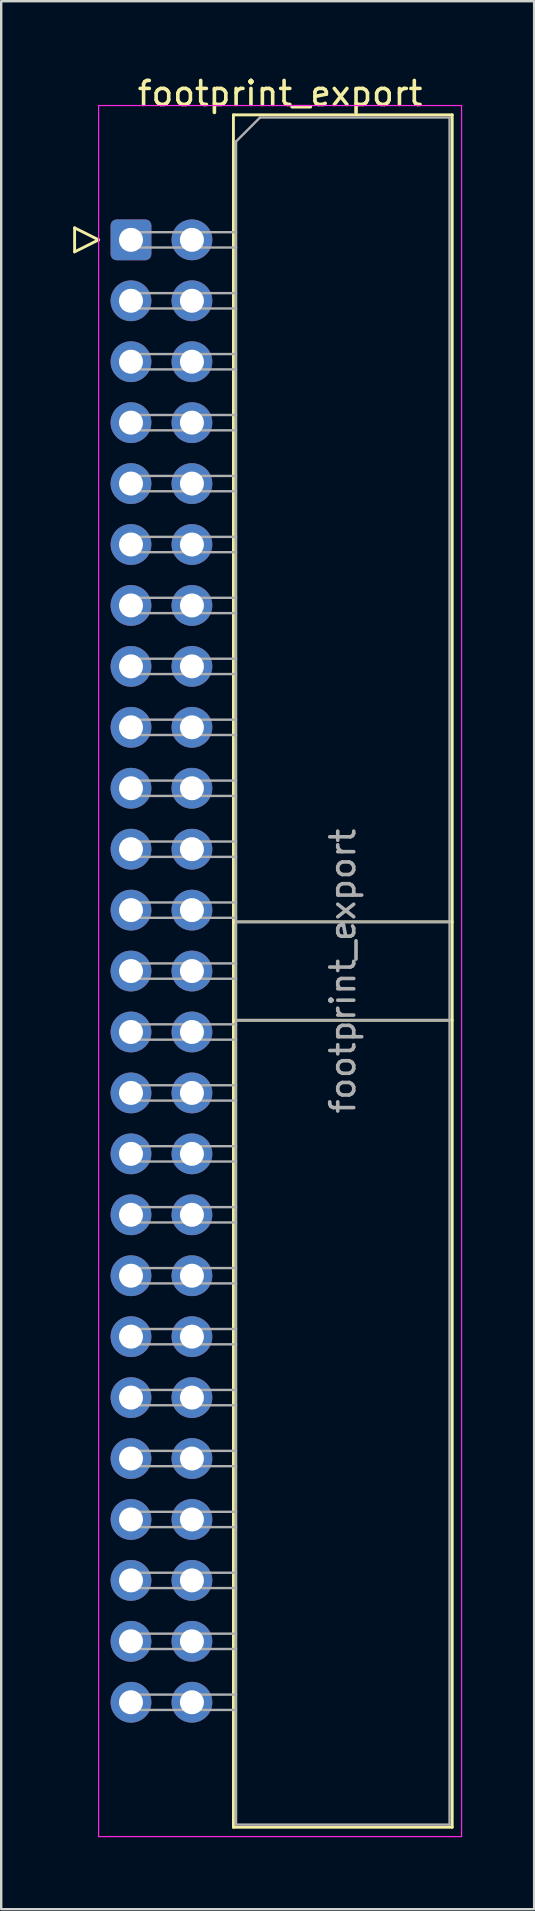
<source format=kicad_pcb>
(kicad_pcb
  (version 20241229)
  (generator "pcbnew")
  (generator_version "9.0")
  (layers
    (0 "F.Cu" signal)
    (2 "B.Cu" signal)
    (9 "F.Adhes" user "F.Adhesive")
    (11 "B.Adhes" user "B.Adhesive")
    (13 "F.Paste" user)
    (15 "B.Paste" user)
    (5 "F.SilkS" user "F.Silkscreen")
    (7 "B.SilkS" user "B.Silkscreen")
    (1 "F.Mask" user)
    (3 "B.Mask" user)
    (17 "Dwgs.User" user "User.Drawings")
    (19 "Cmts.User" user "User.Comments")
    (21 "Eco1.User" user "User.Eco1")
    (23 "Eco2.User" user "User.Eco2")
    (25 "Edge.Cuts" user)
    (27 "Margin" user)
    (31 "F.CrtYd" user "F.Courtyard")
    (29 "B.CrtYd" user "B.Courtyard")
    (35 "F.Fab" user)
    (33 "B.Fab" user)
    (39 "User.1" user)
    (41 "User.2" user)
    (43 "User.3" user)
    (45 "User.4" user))
  (footprint "footprint_export"
    (layer "F.Cu")
    (at 2.41 6.948)
    (property "Reference" "footprint_export" (at 6.215 -6.1 0) (layer "F.SilkS") (effects (font (size 1 1) (thickness 0.15))))
    (attr through_hole)
    (fp_line (start -2.35 -0.5) (end -2.35 0.5) (stroke (width 0.12) (type solid)) (layer "F.SilkS"))
    (fp_line (start -2.35 0.5) (end -1.35 0) (stroke (width 0.12) (type solid)) (layer "F.SilkS"))
    (fp_line (start -1.35 0) (end -2.35 -0.5) (stroke (width 0.12) (type solid)) (layer "F.SilkS"))
    (fp_line (start 4.27 -5.21) (end 13.39 -5.21) (stroke (width 0.12) (type solid)) (layer "F.SilkS"))
    (fp_line (start 4.27 28.43) (end 13.39 28.43) (stroke (width 0.12) (type solid)) (layer "F.SilkS"))
    (fp_line (start 4.27 32.53) (end 13.39 32.53) (stroke (width 0.12) (type solid)) (layer "F.SilkS"))
    (fp_line (start 4.27 66.17) (end 4.27 -5.21) (stroke (width 0.12) (type solid)) (layer "F.SilkS"))
    (fp_line (start 13.39 -5.21) (end 13.39 66.17) (stroke (width 0.12) (type solid)) (layer "F.SilkS"))
    (fp_line (start 13.39 66.17) (end 4.27 66.17) (stroke (width 0.12) (type solid)) (layer "F.SilkS"))
    (fp_line (start -1.35 -5.6) (end -1.35 66.56) (stroke (width 0.05) (type solid)) (layer "F.CrtYd"))
    (fp_line (start -1.35 66.56) (end 13.78 66.56) (stroke (width 0.05) (type solid)) (layer "F.CrtYd"))
    (fp_line (start 13.78 -5.6) (end -1.35 -5.6) (stroke (width 0.05) (type solid)) (layer "F.CrtYd"))
    (fp_line (start 13.78 66.56) (end 13.78 -5.6) (stroke (width 0.05) (type solid)) (layer "F.CrtYd"))
    (fp_line (start -0.32 -0.32) (end -0.32 0.32) (stroke (width 0.1) (type solid)) (layer "F.Fab"))
    (fp_line (start -0.32 0.32) (end 4.38 0.32) (stroke (width 0.1) (type solid)) (layer "F.Fab"))
    (fp_line (start -0.32 2.22) (end -0.32 2.86) (stroke (width 0.1) (type solid)) (layer "F.Fab"))
    (fp_line (start -0.32 2.86) (end 4.38 2.86) (stroke (width 0.1) (type solid)) (layer "F.Fab"))
    (fp_line (start -0.32 4.76) (end -0.32 5.4) (stroke (width 0.1) (type solid)) (layer "F.Fab"))
    (fp_line (start -0.32 5.4) (end 4.38 5.4) (stroke (width 0.1) (type solid)) (layer "F.Fab"))
    (fp_line (start -0.32 7.3) (end -0.32 7.94) (stroke (width 0.1) (type solid)) (layer "F.Fab"))
    (fp_line (start -0.32 7.94) (end 4.38 7.94) (stroke (width 0.1) (type solid)) (layer "F.Fab"))
    (fp_line (start -0.32 9.84) (end -0.32 10.48) (stroke (width 0.1) (type solid)) (layer "F.Fab"))
    (fp_line (start -0.32 10.48) (end 4.38 10.48) (stroke (width 0.1) (type solid)) (layer "F.Fab"))
    (fp_line (start -0.32 12.38) (end -0.32 13.02) (stroke (width 0.1) (type solid)) (layer "F.Fab"))
    (fp_line (start -0.32 13.02) (end 4.38 13.02) (stroke (width 0.1) (type solid)) (layer "F.Fab"))
    (fp_line (start -0.32 14.92) (end -0.32 15.56) (stroke (width 0.1) (type solid)) (layer "F.Fab"))
    (fp_line (start -0.32 15.56) (end 4.38 15.56) (stroke (width 0.1) (type solid)) (layer "F.Fab"))
    (fp_line (start -0.32 17.46) (end -0.32 18.1) (stroke (width 0.1) (type solid)) (layer "F.Fab"))
    (fp_line (start -0.32 18.1) (end 4.38 18.1) (stroke (width 0.1) (type solid)) (layer "F.Fab"))
    (fp_line (start -0.32 20) (end -0.32 20.64) (stroke (width 0.1) (type solid)) (layer "F.Fab"))
    (fp_line (start -0.32 20.64) (end 4.38 20.64) (stroke (width 0.1) (type solid)) (layer "F.Fab"))
    (fp_line (start -0.32 22.54) (end -0.32 23.18) (stroke (width 0.1) (type solid)) (layer "F.Fab"))
    (fp_line (start -0.32 23.18) (end 4.38 23.18) (stroke (width 0.1) (type solid)) (layer "F.Fab"))
    (fp_line (start -0.32 25.08) (end -0.32 25.72) (stroke (width 0.1) (type solid)) (layer "F.Fab"))
    (fp_line (start -0.32 25.72) (end 4.38 25.72) (stroke (width 0.1) (type solid)) (layer "F.Fab"))
    (fp_line (start -0.32 27.62) (end -0.32 28.26) (stroke (width 0.1) (type solid)) (layer "F.Fab"))
    (fp_line (start -0.32 28.26) (end 4.38 28.26) (stroke (width 0.1) (type solid)) (layer "F.Fab"))
    (fp_line (start -0.32 30.16) (end -0.32 30.8) (stroke (width 0.1) (type solid)) (layer "F.Fab"))
    (fp_line (start -0.32 30.8) (end 4.38 30.8) (stroke (width 0.1) (type solid)) (layer "F.Fab"))
    (fp_line (start -0.32 32.7) (end -0.32 33.34) (stroke (width 0.1) (type solid)) (layer "F.Fab"))
    (fp_line (start -0.32 33.34) (end 4.38 33.34) (stroke (width 0.1) (type solid)) (layer "F.Fab"))
    (fp_line (start -0.32 35.24) (end -0.32 35.88) (stroke (width 0.1) (type solid)) (layer "F.Fab"))
    (fp_line (start -0.32 35.88) (end 4.38 35.88) (stroke (width 0.1) (type solid)) (layer "F.Fab"))
    (fp_line (start -0.32 37.78) (end -0.32 38.42) (stroke (width 0.1) (type solid)) (layer "F.Fab"))
    (fp_line (start -0.32 38.42) (end 4.38 38.42) (stroke (width 0.1) (type solid)) (layer "F.Fab"))
    (fp_line (start -0.32 40.32) (end -0.32 40.96) (stroke (width 0.1) (type solid)) (layer "F.Fab"))
    (fp_line (start -0.32 40.96) (end 4.38 40.96) (stroke (width 0.1) (type solid)) (layer "F.Fab"))
    (fp_line (start -0.32 42.86) (end -0.32 43.5) (stroke (width 0.1) (type solid)) (layer "F.Fab"))
    (fp_line (start -0.32 43.5) (end 4.38 43.5) (stroke (width 0.1) (type solid)) (layer "F.Fab"))
    (fp_line (start -0.32 45.4) (end -0.32 46.04) (stroke (width 0.1) (type solid)) (layer "F.Fab"))
    (fp_line (start -0.32 46.04) (end 4.38 46.04) (stroke (width 0.1) (type solid)) (layer "F.Fab"))
    (fp_line (start -0.32 47.94) (end -0.32 48.58) (stroke (width 0.1) (type solid)) (layer "F.Fab"))
    (fp_line (start -0.32 48.58) (end 4.38 48.58) (stroke (width 0.1) (type solid)) (layer "F.Fab"))
    (fp_line (start -0.32 50.48) (end -0.32 51.12) (stroke (width 0.1) (type solid)) (layer "F.Fab"))
    (fp_line (start -0.32 51.12) (end 4.38 51.12) (stroke (width 0.1) (type solid)) (layer "F.Fab"))
    (fp_line (start -0.32 53.02) (end -0.32 53.66) (stroke (width 0.1) (type solid)) (layer "F.Fab"))
    (fp_line (start -0.32 53.66) (end 4.38 53.66) (stroke (width 0.1) (type solid)) (layer "F.Fab"))
    (fp_line (start -0.32 55.56) (end -0.32 56.2) (stroke (width 0.1) (type solid)) (layer "F.Fab"))
    (fp_line (start -0.32 56.2) (end 4.38 56.2) (stroke (width 0.1) (type solid)) (layer "F.Fab"))
    (fp_line (start -0.32 58.1) (end -0.32 58.74) (stroke (width 0.1) (type solid)) (layer "F.Fab"))
    (fp_line (start -0.32 58.74) (end 4.38 58.74) (stroke (width 0.1) (type solid)) (layer "F.Fab"))
    (fp_line (start -0.32 60.64) (end -0.32 61.28) (stroke (width 0.1) (type solid)) (layer "F.Fab"))
    (fp_line (start -0.32 61.28) (end 4.38 61.28) (stroke (width 0.1) (type solid)) (layer "F.Fab"))
    (fp_line (start 4.38 -4.1) (end 5.38 -5.1) (stroke (width 0.1) (type solid)) (layer "F.Fab"))
    (fp_line (start 4.38 -0.32) (end -0.32 -0.32) (stroke (width 0.1) (type solid)) (layer "F.Fab"))
    (fp_line (start 4.38 2.22) (end -0.32 2.22) (stroke (width 0.1) (type solid)) (layer "F.Fab"))
    (fp_line (start 4.38 4.76) (end -0.32 4.76) (stroke (width 0.1) (type solid)) (layer "F.Fab"))
    (fp_line (start 4.38 7.3) (end -0.32 7.3) (stroke (width 0.1) (type solid)) (layer "F.Fab"))
    (fp_line (start 4.38 9.84) (end -0.32 9.84) (stroke (width 0.1) (type solid)) (layer "F.Fab"))
    (fp_line (start 4.38 12.38) (end -0.32 12.38) (stroke (width 0.1) (type solid)) (layer "F.Fab"))
    (fp_line (start 4.38 14.92) (end -0.32 14.92) (stroke (width 0.1) (type solid)) (layer "F.Fab"))
    (fp_line (start 4.38 17.46) (end -0.32 17.46) (stroke (width 0.1) (type solid)) (layer "F.Fab"))
    (fp_line (start 4.38 20) (end -0.32 20) (stroke (width 0.1) (type solid)) (layer "F.Fab"))
    (fp_line (start 4.38 22.54) (end -0.32 22.54) (stroke (width 0.1) (type solid)) (layer "F.Fab"))
    (fp_line (start 4.38 25.08) (end -0.32 25.08) (stroke (width 0.1) (type solid)) (layer "F.Fab"))
    (fp_line (start 4.38 27.62) (end -0.32 27.62) (stroke (width 0.1) (type solid)) (layer "F.Fab"))
    (fp_line (start 4.38 28.43) (end 13.28 28.43) (stroke (width 0.1) (type solid)) (layer "F.Fab"))
    (fp_line (start 4.38 30.16) (end -0.32 30.16) (stroke (width 0.1) (type solid)) (layer "F.Fab"))
    (fp_line (start 4.38 32.53) (end 13.28 32.53) (stroke (width 0.1) (type solid)) (layer "F.Fab"))
    (fp_line (start 4.38 32.7) (end -0.32 32.7) (stroke (width 0.1) (type solid)) (layer "F.Fab"))
    (fp_line (start 4.38 35.24) (end -0.32 35.24) (stroke (width 0.1) (type solid)) (layer "F.Fab"))
    (fp_line (start 4.38 37.78) (end -0.32 37.78) (stroke (width 0.1) (type solid)) (layer "F.Fab"))
    (fp_line (start 4.38 40.32) (end -0.32 40.32) (stroke (width 0.1) (type solid)) (layer "F.Fab"))
    (fp_line (start 4.38 42.86) (end -0.32 42.86) (stroke (width 0.1) (type solid)) (layer "F.Fab"))
    (fp_line (start 4.38 45.4) (end -0.32 45.4) (stroke (width 0.1) (type solid)) (layer "F.Fab"))
    (fp_line (start 4.38 47.94) (end -0.32 47.94) (stroke (width 0.1) (type solid)) (layer "F.Fab"))
    (fp_line (start 4.38 50.48) (end -0.32 50.48) (stroke (width 0.1) (type solid)) (layer "F.Fab"))
    (fp_line (start 4.38 53.02) (end -0.32 53.02) (stroke (width 0.1) (type solid)) (layer "F.Fab"))
    (fp_line (start 4.38 55.56) (end -0.32 55.56) (stroke (width 0.1) (type solid)) (layer "F.Fab"))
    (fp_line (start 4.38 58.1) (end -0.32 58.1) (stroke (width 0.1) (type solid)) (layer "F.Fab"))
    (fp_line (start 4.38 60.64) (end -0.32 60.64) (stroke (width 0.1) (type solid)) (layer "F.Fab"))
    (fp_line (start 4.38 66.06) (end 4.38 -4.1) (stroke (width 0.1) (type solid)) (layer "F.Fab"))
    (fp_line (start 5.38 -5.1) (end 13.28 -5.1) (stroke (width 0.1) (type solid)) (layer "F.Fab"))
    (fp_line (start 13.28 -5.1) (end 13.28 66.06) (stroke (width 0.1) (type solid)) (layer "F.Fab"))
    (fp_line (start 13.28 66.06) (end 4.38 66.06) (stroke (width 0.1) (type solid)) (layer "F.Fab"))
    (fp_text user "${REFERENCE}" (at 8.83 30.48 90) (layer "F.Fab") (effects (font (size 1 1) (thickness 0.15))))
    (pad "1" thru_hole roundrect (at 0 0) (size 1.7 1.7) (drill 1) (layers "*.Cu" "*.Mask") (roundrect_rratio 0.147))
    (pad "2" thru_hole circle (at 2.54 0) (size 1.7 1.7) (drill 1) (layers "*.Cu" "*.Mask"))
    (pad "3" thru_hole circle (at 0 2.54) (size 1.7 1.7) (drill 1) (layers "*.Cu" "*.Mask"))
    (pad "4" thru_hole circle (at 2.54 2.54) (size 1.7 1.7) (drill 1) (layers "*.Cu" "*.Mask"))
    (pad "5" thru_hole circle (at 0 5.08) (size 1.7 1.7) (drill 1) (layers "*.Cu" "*.Mask"))
    (pad "6" thru_hole circle (at 2.54 5.08) (size 1.7 1.7) (drill 1) (layers "*.Cu" "*.Mask"))
    (pad "7" thru_hole circle (at 0 7.62) (size 1.7 1.7) (drill 1) (layers "*.Cu" "*.Mask"))
    (pad "8" thru_hole circle (at 2.54 7.62) (size 1.7 1.7) (drill 1) (layers "*.Cu" "*.Mask"))
    (pad "9" thru_hole circle (at 0 10.16) (size 1.7 1.7) (drill 1) (layers "*.Cu" "*.Mask"))
    (pad "10" thru_hole circle (at 2.54 10.16) (size 1.7 1.7) (drill 1) (layers "*.Cu" "*.Mask"))
    (pad "11" thru_hole circle (at 0 12.7) (size 1.7 1.7) (drill 1) (layers "*.Cu" "*.Mask"))
    (pad "12" thru_hole circle (at 2.54 12.7) (size 1.7 1.7) (drill 1) (layers "*.Cu" "*.Mask"))
    (pad "13" thru_hole circle (at 0 15.24) (size 1.7 1.7) (drill 1) (layers "*.Cu" "*.Mask"))
    (pad "14" thru_hole circle (at 2.54 15.24) (size 1.7 1.7) (drill 1) (layers "*.Cu" "*.Mask"))
    (pad "15" thru_hole circle (at 0 17.78) (size 1.7 1.7) (drill 1) (layers "*.Cu" "*.Mask"))
    (pad "16" thru_hole circle (at 2.54 17.78) (size 1.7 1.7) (drill 1) (layers "*.Cu" "*.Mask"))
    (pad "17" thru_hole circle (at 0 20.32) (size 1.7 1.7) (drill 1) (layers "*.Cu" "*.Mask"))
    (pad "18" thru_hole circle (at 2.54 20.32) (size 1.7 1.7) (drill 1) (layers "*.Cu" "*.Mask"))
    (pad "19" thru_hole circle (at 0 22.86) (size 1.7 1.7) (drill 1) (layers "*.Cu" "*.Mask"))
    (pad "20" thru_hole circle (at 2.54 22.86) (size 1.7 1.7) (drill 1) (layers "*.Cu" "*.Mask"))
    (pad "21" thru_hole circle (at 0 25.4) (size 1.7 1.7) (drill 1) (layers "*.Cu" "*.Mask"))
    (pad "22" thru_hole circle (at 2.54 25.4) (size 1.7 1.7) (drill 1) (layers "*.Cu" "*.Mask"))
    (pad "23" thru_hole circle (at 0 27.94) (size 1.7 1.7) (drill 1) (layers "*.Cu" "*.Mask"))
    (pad "24" thru_hole circle (at 2.54 27.94) (size 1.7 1.7) (drill 1) (layers "*.Cu" "*.Mask"))
    (pad "25" thru_hole circle (at 0 30.48) (size 1.7 1.7) (drill 1) (layers "*.Cu" "*.Mask"))
    (pad "26" thru_hole circle (at 2.54 30.48) (size 1.7 1.7) (drill 1) (layers "*.Cu" "*.Mask"))
    (pad "27" thru_hole circle (at 0 33.02) (size 1.7 1.7) (drill 1) (layers "*.Cu" "*.Mask"))
    (pad "28" thru_hole circle (at 2.54 33.02) (size 1.7 1.7) (drill 1) (layers "*.Cu" "*.Mask"))
    (pad "29" thru_hole circle (at 0 35.56) (size 1.7 1.7) (drill 1) (layers "*.Cu" "*.Mask"))
    (pad "30" thru_hole circle (at 2.54 35.56) (size 1.7 1.7) (drill 1) (layers "*.Cu" "*.Mask"))
    (pad "31" thru_hole circle (at 0 38.1) (size 1.7 1.7) (drill 1) (layers "*.Cu" "*.Mask"))
    (pad "32" thru_hole circle (at 2.54 38.1) (size 1.7 1.7) (drill 1) (layers "*.Cu" "*.Mask"))
    (pad "33" thru_hole circle (at 0 40.64) (size 1.7 1.7) (drill 1) (layers "*.Cu" "*.Mask"))
    (pad "34" thru_hole circle (at 2.54 40.64) (size 1.7 1.7) (drill 1) (layers "*.Cu" "*.Mask"))
    (pad "35" thru_hole circle (at 0 43.18) (size 1.7 1.7) (drill 1) (layers "*.Cu" "*.Mask"))
    (pad "36" thru_hole circle (at 2.54 43.18) (size 1.7 1.7) (drill 1) (layers "*.Cu" "*.Mask"))
    (pad "37" thru_hole circle (at 0 45.72) (size 1.7 1.7) (drill 1) (layers "*.Cu" "*.Mask"))
    (pad "38" thru_hole circle (at 2.54 45.72) (size 1.7 1.7) (drill 1) (layers "*.Cu" "*.Mask"))
    (pad "39" thru_hole circle (at 0 48.26) (size 1.7 1.7) (drill 1) (layers "*.Cu" "*.Mask"))
    (pad "40" thru_hole circle (at 2.54 48.26) (size 1.7 1.7) (drill 1) (layers "*.Cu" "*.Mask"))
    (pad "41" thru_hole circle (at 0 50.8) (size 1.7 1.7) (drill 1) (layers "*.Cu" "*.Mask"))
    (pad "42" thru_hole circle (at 2.54 50.8) (size 1.7 1.7) (drill 1) (layers "*.Cu" "*.Mask"))
    (pad "43" thru_hole circle (at 0 53.34) (size 1.7 1.7) (drill 1) (layers "*.Cu" "*.Mask"))
    (pad "44" thru_hole circle (at 2.54 53.34) (size 1.7 1.7) (drill 1) (layers "*.Cu" "*.Mask"))
    (pad "45" thru_hole circle (at 0 55.88) (size 1.7 1.7) (drill 1) (layers "*.Cu" "*.Mask"))
    (pad "46" thru_hole circle (at 2.54 55.88) (size 1.7 1.7) (drill 1) (layers "*.Cu" "*.Mask"))
    (pad "47" thru_hole circle (at 0 58.42) (size 1.7 1.7) (drill 1) (layers "*.Cu" "*.Mask"))
    (pad "48" thru_hole circle (at 2.54 58.42) (size 1.7 1.7) (drill 1) (layers "*.Cu" "*.Mask"))
    (pad "49" thru_hole circle (at 0 60.96) (size 1.7 1.7) (drill 1) (layers "*.Cu" "*.Mask"))
    (pad "50" thru_hole circle (at 2.54 60.96) (size 1.7 1.7) (drill 1) (layers "*.Cu" "*.Mask")))
  (gr_rect
    (start -3 -3)
    (end 19.215 76.533)
    (stroke (width 0.1) (type default))
    (fill no)
    (layer "Edge.Cuts")))
</source>
